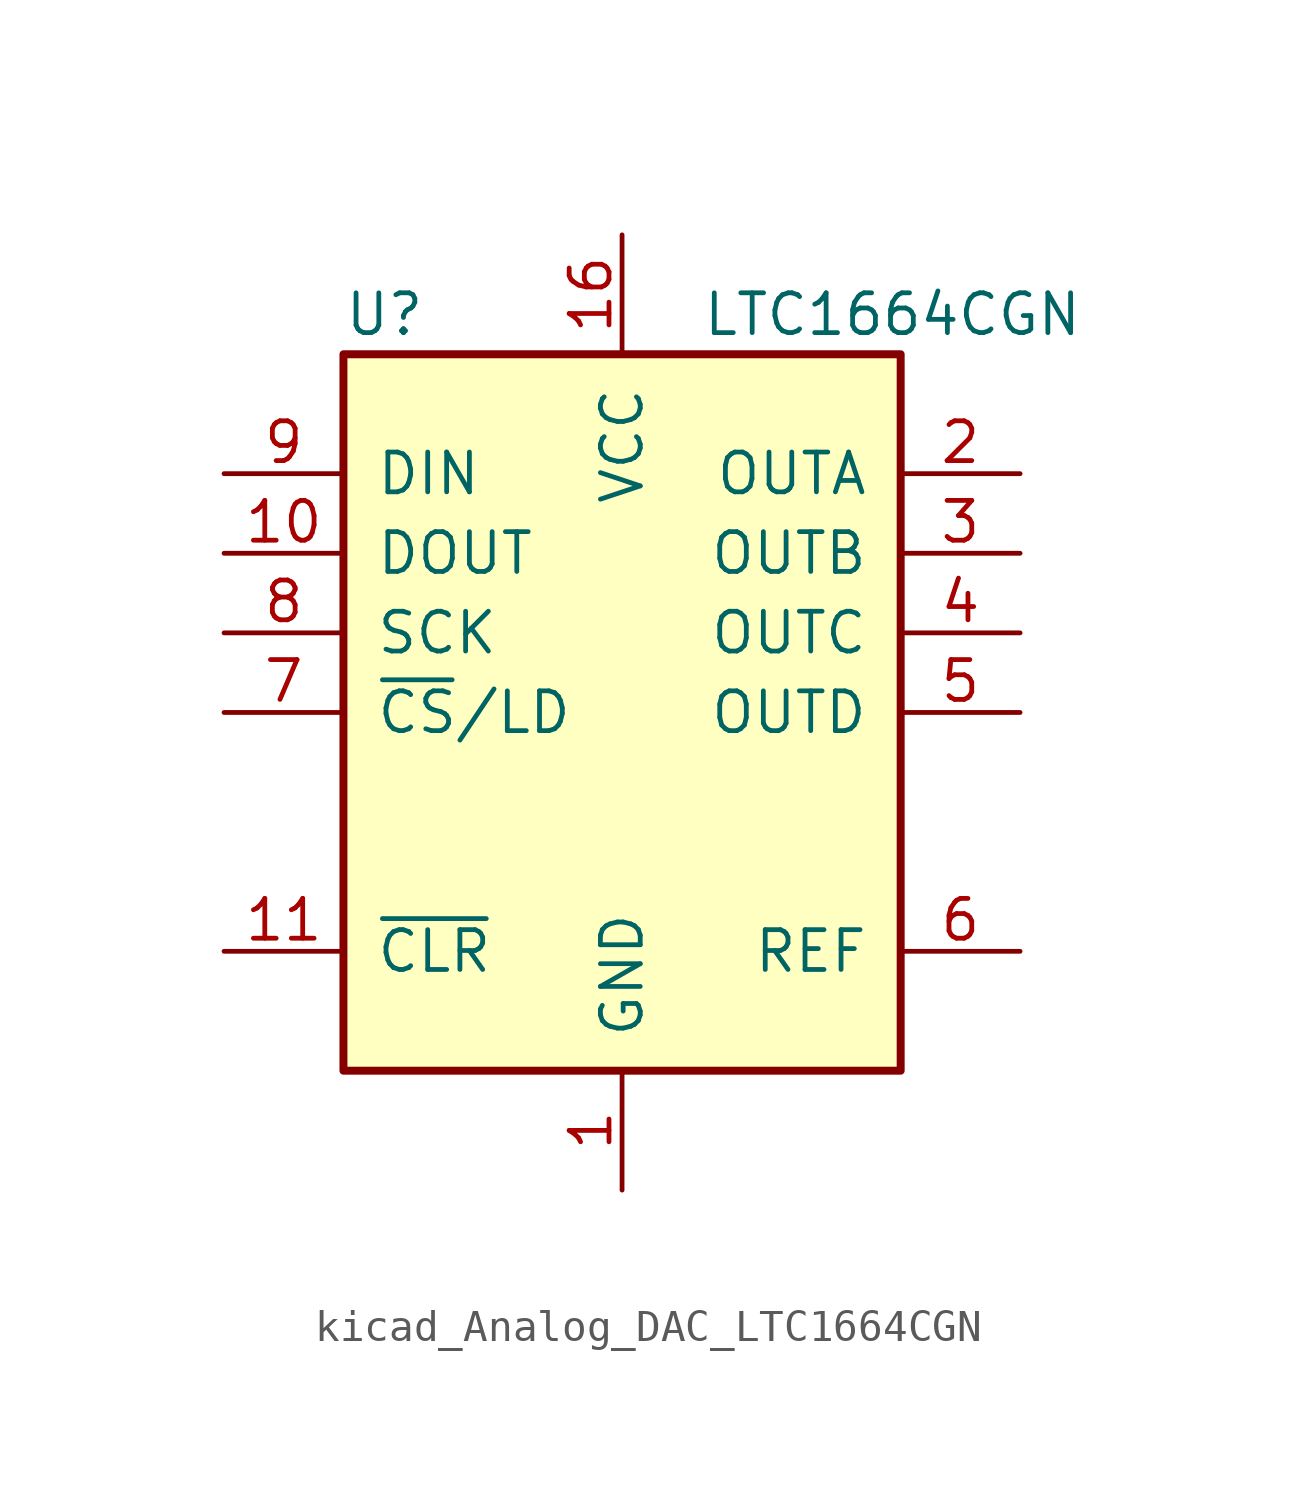
<source format=kicad_sym>
(kicad_symbol_lib
  (version 20220914)
  (generator kicad_symbol_editor)
  (symbol "kicad_Analog_DAC_LTC1664CGN"
    (pin_names
      (offset 1.016))
    (property "Reference" "U"
      (at -8.89 12.7 0)
      (effects (font (size 1.27 1.27)) (justify left)))
    (property "Value" "LTC1664CGN"
      (at 2.54 12.7 0)
      (effects (font (size 1.27 1.27)) (justify left)))
    (symbol "kicad_Analog_DAC_LTC1664CGN_0_1"
      (rectangle (start -8.89 11.43) (end 8.89 -11.43) (stroke (width 0.254) (type default)) (fill (type background))))
    (symbol "kicad_Analog_DAC_LTC1664CGN_1_1"
      (pin power_in line (at 0 -15.24 90) (length 3.81) (name "GND" (effects (font (size 1.27 1.27)))) (number "1" (effects (font (size 1.27 1.27)))))
      (pin output line (at -12.7 5.08 0) (length 3.81) (name "DOUT" (effects (font (size 1.27 1.27)))) (number "10" (effects (font (size 1.27 1.27)))))
      (pin input line (at -12.7 -7.62 0) (length 3.81) (name "~{CLR}" (effects (font (size 1.27 1.27)))) (number "11" (effects (font (size 1.27 1.27)))))
      (pin no_connect line (at -5.08 -11.43 90) (length 3.81) hide (name "NC" (effects (font (size 1.27 1.27)))) (number "12" (effects (font (size 1.27 1.27)))))
      (pin no_connect line (at -2.54 -11.43 90) (length 3.81) hide (name "NC" (effects (font (size 1.27 1.27)))) (number "13" (effects (font (size 1.27 1.27)))))
      (pin no_connect line (at 2.54 -11.43 90) (length 3.81) hide (name "NC" (effects (font (size 1.27 1.27)))) (number "14" (effects (font (size 1.27 1.27)))))
      (pin no_connect line (at 5.08 -11.43 90) (length 3.81) hide (name "NC" (effects (font (size 1.27 1.27)))) (number "15" (effects (font (size 1.27 1.27)))))
      (pin power_in line (at 0 15.24 270) (length 3.81) (name "VCC" (effects (font (size 1.27 1.27)))) (number "16" (effects (font (size 1.27 1.27)))))
      (pin output line (at 12.7 7.62 180) (length 3.81) (name "OUTA" (effects (font (size 1.27 1.27)))) (number "2" (effects (font (size 1.27 1.27)))))
      (pin output line (at 12.7 5.08 180) (length 3.81) (name "OUTB" (effects (font (size 1.27 1.27)))) (number "3" (effects (font (size 1.27 1.27)))))
      (pin output line (at 12.7 2.54 180) (length 3.81) (name "OUTC" (effects (font (size 1.27 1.27)))) (number "4" (effects (font (size 1.27 1.27)))))
      (pin output line (at 12.7 0 180) (length 3.81) (name "OUTD" (effects (font (size 1.27 1.27)))) (number "5" (effects (font (size 1.27 1.27)))))
      (pin input line (at 12.7 -7.62 180) (length 3.81) (name "REF" (effects (font (size 1.27 1.27)))) (number "6" (effects (font (size 1.27 1.27)))))
      (pin input line (at -12.7 0 0) (length 3.81) (name "~{CS}/LD" (effects (font (size 1.27 1.27)))) (number "7" (effects (font (size 1.27 1.27)))))
      (pin input line (at -12.7 2.54 0) (length 3.81) (name "SCK" (effects (font (size 1.27 1.27)))) (number "8" (effects (font (size 1.27 1.27)))))
      (pin input line (at -12.7 7.62 0) (length 3.81) (name "DIN" (effects (font (size 1.27 1.27)))) (number "9" (effects (font (size 1.27 1.27))))))))
</source>
